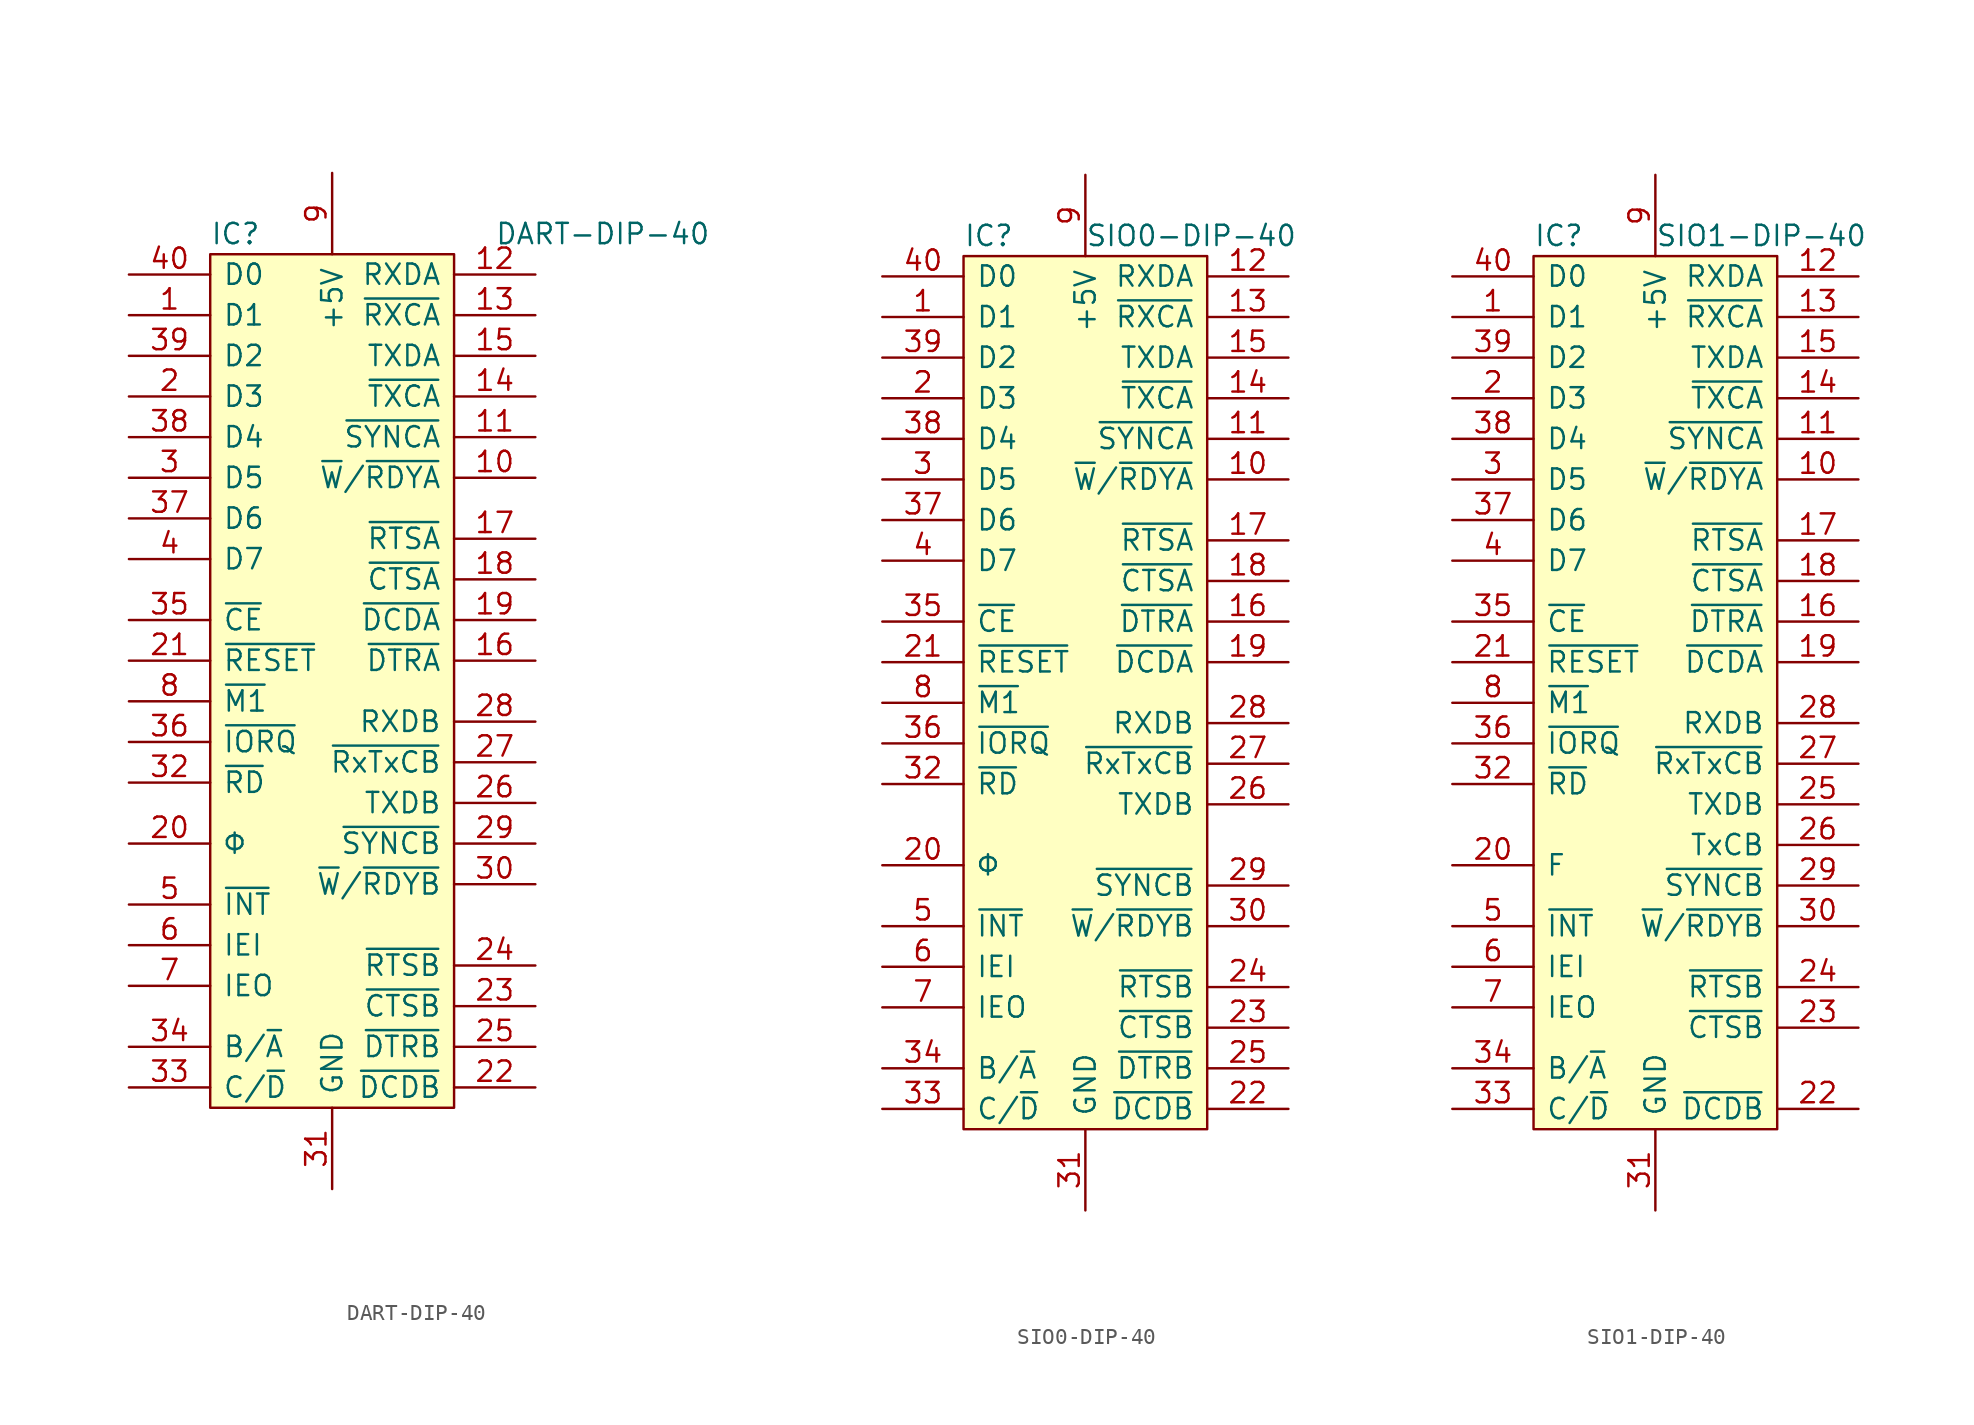
<source format=kicad_sym>
(kicad_symbol_lib
  (version 20220914)
  (generator kicad_symbol_editor)
  (symbol "DART-DIP-40"
    (pin_names
      (offset 0.762))
    (property "Reference" "IC"
      (at 0 1.27 0)
      (effects (font (size 1.27 1.27)) (justify left)))
    (property "Value" "DART-DIP-40"
      (at 17.78 1.27 0)
      (effects (font (size 1.27 1.27)) (justify left)))
    (symbol "DART-DIP-40_0_0"
      (pin bidirectional line (at -5.08 -3.81 0) (length 5.08) (name "D1" (effects (font (size 1.27 1.27)))) (number "1" (effects (font (size 1.27 1.27)))))
      (pin output line (at 20.32 -13.97 180) (length 5.08) (name "~{W}/~{RDYA}" (effects (font (size 1.27 1.27)))) (number "10" (effects (font (size 1.27 1.27)))))
      (pin bidirectional line (at 20.32 -11.43 180) (length 5.08) (name "~{SYNCA}" (effects (font (size 1.27 1.27)))) (number "11" (effects (font (size 1.27 1.27)))))
      (pin input line (at 20.32 -1.27 180) (length 5.08) (name "RXDA" (effects (font (size 1.27 1.27)))) (number "12" (effects (font (size 1.27 1.27)))))
      (pin input line (at 20.32 -3.81 180) (length 5.08) (name "~{RXCA}" (effects (font (size 1.27 1.27)))) (number "13" (effects (font (size 1.27 1.27)))))
      (pin input line (at 20.32 -8.89 180) (length 5.08) (name "~{TXCA}" (effects (font (size 1.27 1.27)))) (number "14" (effects (font (size 1.27 1.27)))))
      (pin output line (at 20.32 -6.35 180) (length 5.08) (name "TXDA" (effects (font (size 1.27 1.27)))) (number "15" (effects (font (size 1.27 1.27)))))
      (pin output line (at 20.32 -25.4 180) (length 5.08) (name "~{DTRA}" (effects (font (size 1.27 1.27)))) (number "16" (effects (font (size 1.27 1.27)))))
      (pin output line (at 20.32 -17.78 180) (length 5.08) (name "~{RTSA}" (effects (font (size 1.27 1.27)))) (number "17" (effects (font (size 1.27 1.27)))))
      (pin input line (at 20.32 -20.32 180) (length 5.08) (name "~{CTSA}" (effects (font (size 1.27 1.27)))) (number "18" (effects (font (size 1.27 1.27)))))
      (pin input line (at 20.32 -22.86 180) (length 5.08) (name "~{DCDA}" (effects (font (size 1.27 1.27)))) (number "19" (effects (font (size 1.27 1.27)))))
      (pin bidirectional line (at -5.08 -8.89 0) (length 5.08) (name "D3" (effects (font (size 1.27 1.27)))) (number "2" (effects (font (size 1.27 1.27)))))
      (pin input line (at -5.08 -36.83 0) (length 5.08) (name "Φ" (effects (font (size 1.27 1.27)))) (number "20" (effects (font (size 1.27 1.27)))))
      (pin input line (at -5.08 -25.4 0) (length 5.08) (name "~{RESET}" (effects (font (size 1.27 1.27)))) (number "21" (effects (font (size 1.27 1.27)))))
      (pin input line (at 20.32 -52.07 180) (length 5.08) (name "~{DCDB}" (effects (font (size 1.27 1.27)))) (number "22" (effects (font (size 1.27 1.27)))))
      (pin input line (at 20.32 -46.99 180) (length 5.08) (name "~{CTSB}" (effects (font (size 1.27 1.27)))) (number "23" (effects (font (size 1.27 1.27)))))
      (pin output line (at 20.32 -44.45 180) (length 5.08) (name "~{RTSB}" (effects (font (size 1.27 1.27)))) (number "24" (effects (font (size 1.27 1.27)))))
      (pin output line (at 20.32 -49.53 180) (length 5.08) (name "~{DTRB}" (effects (font (size 1.27 1.27)))) (number "25" (effects (font (size 1.27 1.27)))))
      (pin output line (at 20.32 -34.29 180) (length 5.08) (name "TXDB" (effects (font (size 1.27 1.27)))) (number "26" (effects (font (size 1.27 1.27)))))
      (pin input line (at 20.32 -31.75 180) (length 5.08) (name "~{RxTxCB}" (effects (font (size 1.27 1.27)))) (number "27" (effects (font (size 1.27 1.27)))))
      (pin input line (at 20.32 -29.21 180) (length 5.08) (name "RXDB" (effects (font (size 1.27 1.27)))) (number "28" (effects (font (size 1.27 1.27)))))
      (pin input line (at 20.32 -36.83 180) (length 5.08) (name "~{SYNCB}" (effects (font (size 1.27 1.27)))) (number "29" (effects (font (size 1.27 1.27)))))
      (pin bidirectional line (at -5.08 -13.97 0) (length 5.08) (name "D5" (effects (font (size 1.27 1.27)))) (number "3" (effects (font (size 1.27 1.27)))))
      (pin output line (at 20.32 -39.37 180) (length 5.08) (name "~{W}/~{RDYB}" (effects (font (size 1.27 1.27)))) (number "30" (effects (font (size 1.27 1.27)))))
      (pin power_in line (at 7.62 -58.42 90) (length 5.08) (name "GND" (effects (font (size 1.27 1.27)))) (number "31" (effects (font (size 1.27 1.27)))))
      (pin input line (at -5.08 -33.02 0) (length 5.08) (name "~{RD}" (effects (font (size 1.27 1.27)))) (number "32" (effects (font (size 1.27 1.27)))))
      (pin input line (at -5.08 -52.07 0) (length 5.08) (name "C/~{D}" (effects (font (size 1.27 1.27)))) (number "33" (effects (font (size 1.27 1.27)))))
      (pin input line (at -5.08 -49.53 0) (length 5.08) (name "B/~{A}" (effects (font (size 1.27 1.27)))) (number "34" (effects (font (size 1.27 1.27)))))
      (pin input line (at -5.08 -22.86 0) (length 5.08) (name "~{CE}" (effects (font (size 1.27 1.27)))) (number "35" (effects (font (size 1.27 1.27)))))
      (pin input line (at -5.08 -30.48 0) (length 5.08) (name "~{IORQ}" (effects (font (size 1.27 1.27)))) (number "36" (effects (font (size 1.27 1.27)))))
      (pin bidirectional line (at -5.08 -16.51 0) (length 5.08) (name "D6" (effects (font (size 1.27 1.27)))) (number "37" (effects (font (size 1.27 1.27)))))
      (pin bidirectional line (at -5.08 -11.43 0) (length 5.08) (name "D4" (effects (font (size 1.27 1.27)))) (number "38" (effects (font (size 1.27 1.27)))))
      (pin bidirectional line (at -5.08 -6.35 0) (length 5.08) (name "D2" (effects (font (size 1.27 1.27)))) (number "39" (effects (font (size 1.27 1.27)))))
      (pin bidirectional line (at -5.08 -19.05 0) (length 5.08) (name "D7" (effects (font (size 1.27 1.27)))) (number "4" (effects (font (size 1.27 1.27)))))
      (pin bidirectional line (at -5.08 -1.27 0) (length 5.08) (name "D0" (effects (font (size 1.27 1.27)))) (number "40" (effects (font (size 1.27 1.27)))))
      (pin open_collector line (at -5.08 -40.64 0) (length 5.08) (name "~{INT}" (effects (font (size 1.27 1.27)))) (number "5" (effects (font (size 1.27 1.27)))))
      (pin input line (at -5.08 -43.18 0) (length 5.08) (name "IEI" (effects (font (size 1.27 1.27)))) (number "6" (effects (font (size 1.27 1.27)))))
      (pin output line (at -5.08 -45.72 0) (length 5.08) (name "IEO" (effects (font (size 1.27 1.27)))) (number "7" (effects (font (size 1.27 1.27)))))
      (pin input line (at -5.08 -27.94 0) (length 5.08) (name "~{M1}" (effects (font (size 1.27 1.27)))) (number "8" (effects (font (size 1.27 1.27)))))
      (pin power_in line (at 7.62 5.08 270) (length 5.08) (name "+5V" (effects (font (size 1.27 1.27)))) (number "9" (effects (font (size 1.27 1.27))))))
    (symbol "DART-DIP-40_0_1"
      (rectangle (start 0 0) (end 15.24 -53.34) (stroke (width 0) (type solid)) (fill (type background)))))
  (symbol "SIO0-DIP-40"
    (pin_names
      (offset 0.762))
    (property "Reference" "IC"
      (at 0 1.27 0)
      (effects (font (size 1.27 1.27)) (justify left)))
    (property "Value" "SIO0-DIP-40"
      (at 7.62 1.27 0)
      (effects (font (size 1.27 1.27)) (justify left)))
    (symbol "SIO0-DIP-40_0_0"
      (pin bidirectional line (at -5.08 -3.81 0) (length 5.08) (name "D1" (effects (font (size 1.27 1.27)))) (number "1" (effects (font (size 1.27 1.27)))))
      (pin output line (at 20.32 -13.97 180) (length 5.08) (name "~{W}/~{RDYA}" (effects (font (size 1.27 1.27)))) (number "10" (effects (font (size 1.27 1.27)))))
      (pin bidirectional line (at 20.32 -11.43 180) (length 5.08) (name "~{SYNCA}" (effects (font (size 1.27 1.27)))) (number "11" (effects (font (size 1.27 1.27)))))
      (pin input line (at 20.32 -1.27 180) (length 5.08) (name "RXDA" (effects (font (size 1.27 1.27)))) (number "12" (effects (font (size 1.27 1.27)))))
      (pin input line (at 20.32 -3.81 180) (length 5.08) (name "~{RXCA}" (effects (font (size 1.27 1.27)))) (number "13" (effects (font (size 1.27 1.27)))))
      (pin input line (at 20.32 -8.89 180) (length 5.08) (name "~{TXCA}" (effects (font (size 1.27 1.27)))) (number "14" (effects (font (size 1.27 1.27)))))
      (pin output line (at 20.32 -6.35 180) (length 5.08) (name "TXDA" (effects (font (size 1.27 1.27)))) (number "15" (effects (font (size 1.27 1.27)))))
      (pin output line (at 20.32 -22.86 180) (length 5.08) (name "~{DTRA}" (effects (font (size 1.27 1.27)))) (number "16" (effects (font (size 1.27 1.27)))))
      (pin output line (at 20.32 -17.78 180) (length 5.08) (name "~{RTSA}" (effects (font (size 1.27 1.27)))) (number "17" (effects (font (size 1.27 1.27)))))
      (pin input line (at 20.32 -20.32 180) (length 5.08) (name "~{CTSA}" (effects (font (size 1.27 1.27)))) (number "18" (effects (font (size 1.27 1.27)))))
      (pin input line (at 20.32 -25.4 180) (length 5.08) (name "~{DCDA}" (effects (font (size 1.27 1.27)))) (number "19" (effects (font (size 1.27 1.27)))))
      (pin bidirectional line (at -5.08 -8.89 0) (length 5.08) (name "D3" (effects (font (size 1.27 1.27)))) (number "2" (effects (font (size 1.27 1.27)))))
      (pin input line (at -5.08 -38.1 0) (length 5.08) (name "Φ" (effects (font (size 1.27 1.27)))) (number "20" (effects (font (size 1.27 1.27)))))
      (pin input line (at -5.08 -25.4 0) (length 5.08) (name "~{RESET}" (effects (font (size 1.27 1.27)))) (number "21" (effects (font (size 1.27 1.27)))))
      (pin input line (at 20.32 -53.34 180) (length 5.08) (name "~{DCDB}" (effects (font (size 1.27 1.27)))) (number "22" (effects (font (size 1.27 1.27)))))
      (pin input line (at 20.32 -48.26 180) (length 5.08) (name "~{CTSB}" (effects (font (size 1.27 1.27)))) (number "23" (effects (font (size 1.27 1.27)))))
      (pin output line (at 20.32 -45.72 180) (length 5.08) (name "~{RTSB}" (effects (font (size 1.27 1.27)))) (number "24" (effects (font (size 1.27 1.27)))))
      (pin output line (at 20.32 -50.8 180) (length 5.08) (name "~{DTRB}" (effects (font (size 1.27 1.27)))) (number "25" (effects (font (size 1.27 1.27)))))
      (pin output line (at 20.32 -34.29 180) (length 5.08) (name "TXDB" (effects (font (size 1.27 1.27)))) (number "26" (effects (font (size 1.27 1.27)))))
      (pin input line (at 20.32 -31.75 180) (length 5.08) (name "~{RxTxCB}" (effects (font (size 1.27 1.27)))) (number "27" (effects (font (size 1.27 1.27)))))
      (pin input line (at 20.32 -29.21 180) (length 5.08) (name "RXDB" (effects (font (size 1.27 1.27)))) (number "28" (effects (font (size 1.27 1.27)))))
      (pin input line (at 20.32 -39.37 180) (length 5.08) (name "~{SYNCB}" (effects (font (size 1.27 1.27)))) (number "29" (effects (font (size 1.27 1.27)))))
      (pin bidirectional line (at -5.08 -13.97 0) (length 5.08) (name "D5" (effects (font (size 1.27 1.27)))) (number "3" (effects (font (size 1.27 1.27)))))
      (pin output line (at 20.32 -41.91 180) (length 5.08) (name "~{W}/~{RDYB}" (effects (font (size 1.27 1.27)))) (number "30" (effects (font (size 1.27 1.27)))))
      (pin power_in line (at 7.62 -59.69 90) (length 5.08) (name "GND" (effects (font (size 1.27 1.27)))) (number "31" (effects (font (size 1.27 1.27)))))
      (pin input line (at -5.08 -33.02 0) (length 5.08) (name "~{RD}" (effects (font (size 1.27 1.27)))) (number "32" (effects (font (size 1.27 1.27)))))
      (pin input line (at -5.08 -53.34 0) (length 5.08) (name "C/~{D}" (effects (font (size 1.27 1.27)))) (number "33" (effects (font (size 1.27 1.27)))))
      (pin input line (at -5.08 -50.8 0) (length 5.08) (name "B/~{A}" (effects (font (size 1.27 1.27)))) (number "34" (effects (font (size 1.27 1.27)))))
      (pin input line (at -5.08 -22.86 0) (length 5.08) (name "~{CE}" (effects (font (size 1.27 1.27)))) (number "35" (effects (font (size 1.27 1.27)))))
      (pin input line (at -5.08 -30.48 0) (length 5.08) (name "~{IORQ}" (effects (font (size 1.27 1.27)))) (number "36" (effects (font (size 1.27 1.27)))))
      (pin bidirectional line (at -5.08 -16.51 0) (length 5.08) (name "D6" (effects (font (size 1.27 1.27)))) (number "37" (effects (font (size 1.27 1.27)))))
      (pin bidirectional line (at -5.08 -11.43 0) (length 5.08) (name "D4" (effects (font (size 1.27 1.27)))) (number "38" (effects (font (size 1.27 1.27)))))
      (pin bidirectional line (at -5.08 -6.35 0) (length 5.08) (name "D2" (effects (font (size 1.27 1.27)))) (number "39" (effects (font (size 1.27 1.27)))))
      (pin bidirectional line (at -5.08 -19.05 0) (length 5.08) (name "D7" (effects (font (size 1.27 1.27)))) (number "4" (effects (font (size 1.27 1.27)))))
      (pin bidirectional line (at -5.08 -1.27 0) (length 5.08) (name "D0" (effects (font (size 1.27 1.27)))) (number "40" (effects (font (size 1.27 1.27)))))
      (pin open_collector line (at -5.08 -41.91 0) (length 5.08) (name "~{INT}" (effects (font (size 1.27 1.27)))) (number "5" (effects (font (size 1.27 1.27)))))
      (pin input line (at -5.08 -44.45 0) (length 5.08) (name "IEI" (effects (font (size 1.27 1.27)))) (number "6" (effects (font (size 1.27 1.27)))))
      (pin output line (at -5.08 -46.99 0) (length 5.08) (name "IEO" (effects (font (size 1.27 1.27)))) (number "7" (effects (font (size 1.27 1.27)))))
      (pin input line (at -5.08 -27.94 0) (length 5.08) (name "~{M1}" (effects (font (size 1.27 1.27)))) (number "8" (effects (font (size 1.27 1.27)))))
      (pin power_in line (at 7.62 5.08 270) (length 5.08) (name "+5V" (effects (font (size 1.27 1.27)))) (number "9" (effects (font (size 1.27 1.27))))))
    (symbol "SIO0-DIP-40_0_1"
      (rectangle (start 0 0) (end 15.24 -54.61) (stroke (width 0) (type solid)) (fill (type background)))))
  (symbol "SIO1-DIP-40"
    (pin_names
      (offset 0.762))
    (property "Reference" "IC"
      (at 0 1.27 0)
      (effects (font (size 1.27 1.27)) (justify left)))
    (property "Value" "SIO1-DIP-40"
      (at 7.62 1.27 0)
      (effects (font (size 1.27 1.27)) (justify left)))
    (symbol "SIO1-DIP-40_0_0"
      (pin bidirectional line (at -5.08 -3.81 0) (length 5.08) (name "D1" (effects (font (size 1.27 1.27)))) (number "1" (effects (font (size 1.27 1.27)))))
      (pin output line (at 20.32 -13.97 180) (length 5.08) (name "~{W}/~{RDYA}" (effects (font (size 1.27 1.27)))) (number "10" (effects (font (size 1.27 1.27)))))
      (pin bidirectional line (at 20.32 -11.43 180) (length 5.08) (name "~{SYNCA}" (effects (font (size 1.27 1.27)))) (number "11" (effects (font (size 1.27 1.27)))))
      (pin input line (at 20.32 -1.27 180) (length 5.08) (name "RXDA" (effects (font (size 1.27 1.27)))) (number "12" (effects (font (size 1.27 1.27)))))
      (pin input line (at 20.32 -3.81 180) (length 5.08) (name "~{RXCA}" (effects (font (size 1.27 1.27)))) (number "13" (effects (font (size 1.27 1.27)))))
      (pin input line (at 20.32 -8.89 180) (length 5.08) (name "~{TXCA}" (effects (font (size 1.27 1.27)))) (number "14" (effects (font (size 1.27 1.27)))))
      (pin output line (at 20.32 -6.35 180) (length 5.08) (name "TXDA" (effects (font (size 1.27 1.27)))) (number "15" (effects (font (size 1.27 1.27)))))
      (pin output line (at 20.32 -22.86 180) (length 5.08) (name "~{DTRA}" (effects (font (size 1.27 1.27)))) (number "16" (effects (font (size 1.27 1.27)))))
      (pin output line (at 20.32 -17.78 180) (length 5.08) (name "~{RTSA}" (effects (font (size 1.27 1.27)))) (number "17" (effects (font (size 1.27 1.27)))))
      (pin input line (at 20.32 -20.32 180) (length 5.08) (name "~{CTSA}" (effects (font (size 1.27 1.27)))) (number "18" (effects (font (size 1.27 1.27)))))
      (pin input line (at 20.32 -25.4 180) (length 5.08) (name "~{DCDA}" (effects (font (size 1.27 1.27)))) (number "19" (effects (font (size 1.27 1.27)))))
      (pin bidirectional line (at -5.08 -8.89 0) (length 5.08) (name "D3" (effects (font (size 1.27 1.27)))) (number "2" (effects (font (size 1.27 1.27)))))
      (pin input line (at -5.08 -38.1 0) (length 5.08) (name "F" (effects (font (size 1.27 1.27)))) (number "20" (effects (font (size 1.27 1.27)))))
      (pin input line (at -5.08 -25.4 0) (length 5.08) (name "~{RESET}" (effects (font (size 1.27 1.27)))) (number "21" (effects (font (size 1.27 1.27)))))
      (pin input line (at 20.32 -53.34 180) (length 5.08) (name "~{DCDB}" (effects (font (size 1.27 1.27)))) (number "22" (effects (font (size 1.27 1.27)))))
      (pin input line (at 20.32 -48.26 180) (length 5.08) (name "~{CTSB}" (effects (font (size 1.27 1.27)))) (number "23" (effects (font (size 1.27 1.27)))))
      (pin output line (at 20.32 -45.72 180) (length 5.08) (name "~{RTSB}" (effects (font (size 1.27 1.27)))) (number "24" (effects (font (size 1.27 1.27)))))
      (pin output line (at 20.32 -34.29 180) (length 5.08) (name "TXDB" (effects (font (size 1.27 1.27)))) (number "25" (effects (font (size 1.27 1.27)))))
      (pin output line (at 20.32 -36.83 180) (length 5.08) (name "TxCB" (effects (font (size 1.27 1.27)))) (number "26" (effects (font (size 1.27 1.27)))))
      (pin input line (at 20.32 -31.75 180) (length 5.08) (name "~{RxTxCB}" (effects (font (size 1.27 1.27)))) (number "27" (effects (font (size 1.27 1.27)))))
      (pin input line (at 20.32 -29.21 180) (length 5.08) (name "RXDB" (effects (font (size 1.27 1.27)))) (number "28" (effects (font (size 1.27 1.27)))))
      (pin input line (at 20.32 -39.37 180) (length 5.08) (name "~{SYNCB}" (effects (font (size 1.27 1.27)))) (number "29" (effects (font (size 1.27 1.27)))))
      (pin bidirectional line (at -5.08 -13.97 0) (length 5.08) (name "D5" (effects (font (size 1.27 1.27)))) (number "3" (effects (font (size 1.27 1.27)))))
      (pin output line (at 20.32 -41.91 180) (length 5.08) (name "~{W}/~{RDYB}" (effects (font (size 1.27 1.27)))) (number "30" (effects (font (size 1.27 1.27)))))
      (pin power_in line (at 7.62 -59.69 90) (length 5.08) (name "GND" (effects (font (size 1.27 1.27)))) (number "31" (effects (font (size 1.27 1.27)))))
      (pin input line (at -5.08 -33.02 0) (length 5.08) (name "~{RD}" (effects (font (size 1.27 1.27)))) (number "32" (effects (font (size 1.27 1.27)))))
      (pin input line (at -5.08 -53.34 0) (length 5.08) (name "C/~{D}" (effects (font (size 1.27 1.27)))) (number "33" (effects (font (size 1.27 1.27)))))
      (pin input line (at -5.08 -50.8 0) (length 5.08) (name "B/~{A}" (effects (font (size 1.27 1.27)))) (number "34" (effects (font (size 1.27 1.27)))))
      (pin input line (at -5.08 -22.86 0) (length 5.08) (name "~{CE}" (effects (font (size 1.27 1.27)))) (number "35" (effects (font (size 1.27 1.27)))))
      (pin input line (at -5.08 -30.48 0) (length 5.08) (name "~{IORQ}" (effects (font (size 1.27 1.27)))) (number "36" (effects (font (size 1.27 1.27)))))
      (pin bidirectional line (at -5.08 -16.51 0) (length 5.08) (name "D6" (effects (font (size 1.27 1.27)))) (number "37" (effects (font (size 1.27 1.27)))))
      (pin bidirectional line (at -5.08 -11.43 0) (length 5.08) (name "D4" (effects (font (size 1.27 1.27)))) (number "38" (effects (font (size 1.27 1.27)))))
      (pin bidirectional line (at -5.08 -6.35 0) (length 5.08) (name "D2" (effects (font (size 1.27 1.27)))) (number "39" (effects (font (size 1.27 1.27)))))
      (pin bidirectional line (at -5.08 -19.05 0) (length 5.08) (name "D7" (effects (font (size 1.27 1.27)))) (number "4" (effects (font (size 1.27 1.27)))))
      (pin bidirectional line (at -5.08 -1.27 0) (length 5.08) (name "D0" (effects (font (size 1.27 1.27)))) (number "40" (effects (font (size 1.27 1.27)))))
      (pin open_collector line (at -5.08 -41.91 0) (length 5.08) (name "~{INT}" (effects (font (size 1.27 1.27)))) (number "5" (effects (font (size 1.27 1.27)))))
      (pin input line (at -5.08 -44.45 0) (length 5.08) (name "IEI" (effects (font (size 1.27 1.27)))) (number "6" (effects (font (size 1.27 1.27)))))
      (pin output line (at -5.08 -46.99 0) (length 5.08) (name "IEO" (effects (font (size 1.27 1.27)))) (number "7" (effects (font (size 1.27 1.27)))))
      (pin input line (at -5.08 -27.94 0) (length 5.08) (name "~{M1}" (effects (font (size 1.27 1.27)))) (number "8" (effects (font (size 1.27 1.27)))))
      (pin power_in line (at 7.62 5.08 270) (length 5.08) (name "+5V" (effects (font (size 1.27 1.27)))) (number "9" (effects (font (size 1.27 1.27))))))
    (symbol "SIO1-DIP-40_0_1"
      (rectangle (start 0 0) (end 15.24 -54.61) (stroke (width 0) (type solid)) (fill (type background))))))
</source>
